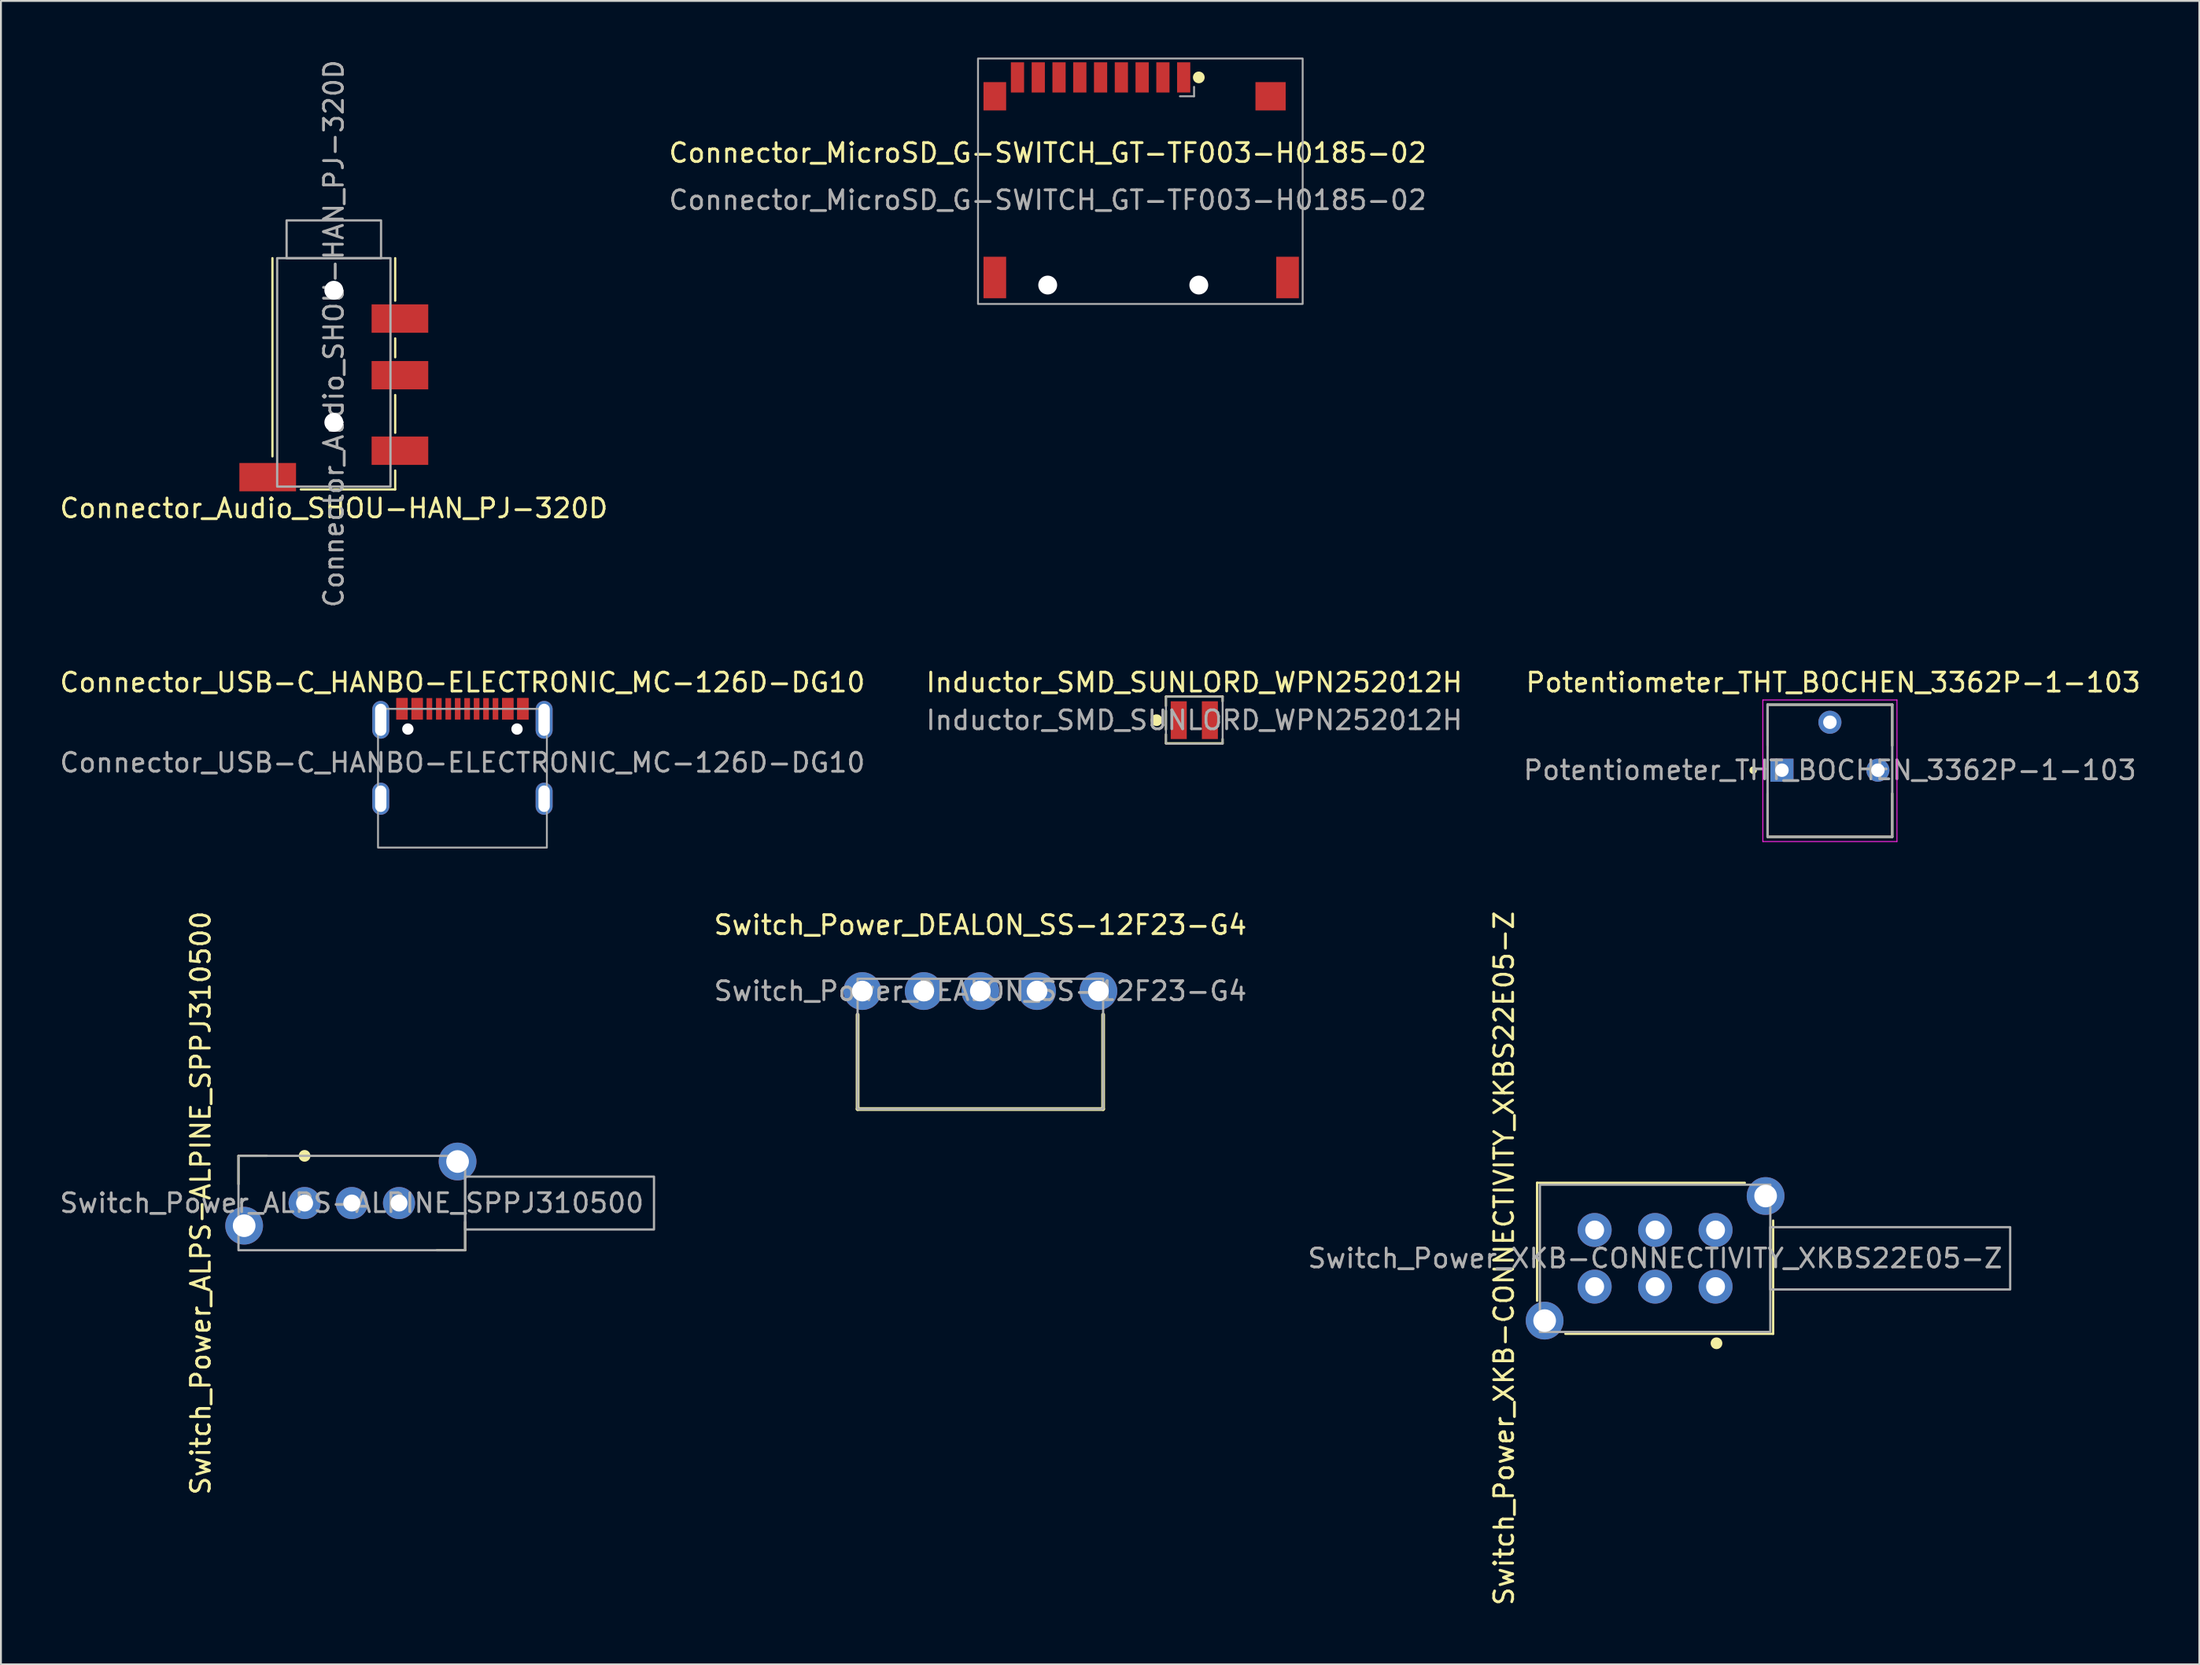
<source format=kicad_pcb>
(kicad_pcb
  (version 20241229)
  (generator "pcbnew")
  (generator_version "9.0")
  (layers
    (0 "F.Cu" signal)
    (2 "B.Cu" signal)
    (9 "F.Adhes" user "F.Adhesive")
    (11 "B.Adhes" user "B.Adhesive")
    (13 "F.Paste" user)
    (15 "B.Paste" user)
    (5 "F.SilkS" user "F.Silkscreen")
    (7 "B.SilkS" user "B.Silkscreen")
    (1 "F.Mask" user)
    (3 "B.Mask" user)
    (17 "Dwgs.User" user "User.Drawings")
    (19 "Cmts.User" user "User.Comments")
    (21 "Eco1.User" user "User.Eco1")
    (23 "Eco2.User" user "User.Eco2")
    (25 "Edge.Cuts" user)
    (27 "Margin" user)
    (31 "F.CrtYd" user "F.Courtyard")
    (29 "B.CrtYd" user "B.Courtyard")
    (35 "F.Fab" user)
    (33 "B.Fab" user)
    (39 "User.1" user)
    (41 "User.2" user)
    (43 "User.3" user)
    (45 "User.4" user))
  (footprint "Connector_Audio_SHOU-HAN_PJ-320D"
    (layer "F.Cu")
    (at 14.625 10.625)
    (property "Reference" "Connector_Audio_SHOU-HAN_PJ-320D" (at 0 13.25 0) (unlocked yes) (layer "F.SilkS") (effects (font (size 1 1) (thickness 0.15))))
    (attr smd)
    (fp_line (start -3.25 0) (end -3.25 10.5) (stroke (width 0.12) (type default)) (layer "F.SilkS"))
    (fp_line (start -1.75 12.25) (end 3.25 12.25) (stroke (width 0.12) (type default)) (layer "F.SilkS"))
    (fp_line (start 3.25 2.25) (end 3.25 0) (stroke (width 0.12) (type default)) (layer "F.SilkS"))
    (fp_line (start 3.25 4.25) (end 3.25 5.25) (stroke (width 0.12) (type default)) (layer "F.SilkS"))
    (fp_line (start 3.25 7.25) (end 3.25 9.25) (stroke (width 0.12) (type default)) (layer "F.SilkS"))
    (fp_line (start 3.25 12.25) (end 3.25 11.25) (stroke (width 0.12) (type default)) (layer "F.SilkS"))
    (fp_rect (start -3 0) (end 3 12.1) (stroke (width 0.12) (type default)) (fill no) (layer "F.Fab"))
    (fp_rect (start -2.5 -2) (end 2.5 0) (stroke (width 0.12) (type default)) (fill no) (layer "F.Fab"))
    (fp_text user "${REFERENCE}" (at 0 4 90) (layer "F.Fab") (effects (font (size 1 1) (thickness 0.15))))
    (pad "" np_thru_hole circle (at 0 1.7) (size 1 1) (drill 1) (layers "*.Cu" "*.Mask"))
    (pad "" np_thru_hole circle (at 0 8.7) (size 1 1) (drill 1) (layers "*.Cu" "*.Mask"))
    (pad "1" smd rect (at -3.5 11.6) (size 3 1.5) (layers "F.Cu" "F.Mask" "F.Paste"))
    (pad "2" smd rect (at 3.5 3.2) (size 3 1.5) (layers "F.Cu" "F.Mask" "F.Paste"))
    (pad "3" smd rect (at 3.5 6.2) (size 3 1.5) (layers "F.Cu" "F.Mask" "F.Paste"))
    (pad "4" smd rect (at 3.5 10.2) (size 3 1.5) (layers "F.Cu" "F.Mask" "F.Paste")))
  (footprint "Potentiometer_THT_BOCHEN_3362P-1-103"
    (layer "F.Cu")
    (at 93.839 37.748)
    (property "Reference" "Potentiometer_THT_BOCHEN_3362P-1-103" (at 0.175 -4.648 0) (layer "F.SilkS") (effects (font (size 1.003 1.003) (thickness 0.15))))
    (attr through_hole)
    (fp_line (start -3.3 -3.47) (end 3.3 -3.47) (stroke (width 0.127) (type solid)) (layer "F.SilkS"))
    (fp_line (start -3.3 -1.305) (end -3.3 -3.47) (stroke (width 0.127) (type solid)) (layer "F.SilkS"))
    (fp_line (start -3.3 3.52) (end -3.3 1.235) (stroke (width 0.127) (type solid)) (layer "F.SilkS"))
    (fp_line (start 3.3 -3.47) (end 3.3 -1.305) (stroke (width 0.127) (type solid)) (layer "F.SilkS"))
    (fp_line (start 3.3 1.235) (end 3.3 3.52) (stroke (width 0.127) (type solid)) (layer "F.SilkS"))
    (fp_line (start 3.3 3.53) (end -3.3 3.53) (stroke (width 0.127) (type solid)) (layer "F.SilkS"))
    (fp_circle (center -4.064 0) (end -3.964 0) (stroke (width 0.2) (type solid)) (fill no) (layer "F.SilkS"))
    (fp_line (start -3.55 -3.72) (end 3.55 -3.72) (stroke (width 0.05) (type solid)) (layer "F.CrtYd"))
    (fp_line (start -3.55 3.78) (end -3.55 -3.72) (stroke (width 0.05) (type solid)) (layer "F.CrtYd"))
    (fp_line (start 3.55 -3.72) (end 3.55 3.78) (stroke (width 0.05) (type solid)) (layer "F.CrtYd"))
    (fp_line (start 3.55 3.78) (end -3.55 3.78) (stroke (width 0.05) (type solid)) (layer "F.CrtYd"))
    (fp_line (start -3.3 -3.47) (end 3.3 -3.47) (stroke (width 0.127) (type solid)) (layer "F.Fab"))
    (fp_line (start -3.3 3.53) (end -3.3 -3.47) (stroke (width 0.127) (type solid)) (layer "F.Fab"))
    (fp_line (start 3.3 -3.47) (end 3.3 3.53) (stroke (width 0.127) (type solid)) (layer "F.Fab"))
    (fp_line (start 3.3 3.53) (end -3.3 3.53) (stroke (width 0.127) (type solid)) (layer "F.Fab"))
    (fp_text user "${REFERENCE}" (at 0 0 0) (layer "F.Fab") (effects (font (size 1 1) (thickness 0.15))))
    (pad "1" thru_hole rect (at -2.54 0) (size 1.222 1.222) (drill 0.714) (layers "*.Cu" "*.Mask"))
    (pad "2" thru_hole circle (at 0 -2.54) (size 1.222 1.222) (drill 0.714) (layers "*.Cu" "*.Mask"))
    (pad "3" thru_hole circle (at 2.54 0) (size 1.222 1.222) (drill 0.714) (layers "*.Cu" "*.Mask")))
  (footprint "Connector_MicroSD_G-SWITCH_GT-TF003-H0185-02"
    (layer "F.Cu")
    (at 52.423 12.05)
    (property "Reference" "Connector_MicroSD_G-SWITCH_GT-TF003-H0185-02" (at 0 -7 0) (unlocked yes) (layer "F.SilkS") (effects (font (size 1 1) (thickness 0.15))))
    (attr smd)
    (fp_circle (center 8 -11) (end 8.25 -11) (stroke (width 0.12) (type solid)) (fill yes) (layer "F.SilkS"))
    (fp_line (start 7.75 -10) (end 7 -10) (stroke (width 0.1) (type default)) (layer "F.Fab"))
    (fp_line (start 7.75 -10) (end 7.75 -10.5) (stroke (width 0.1) (type default)) (layer "F.Fab"))
    (fp_rect (start -3.69 -12) (end 13.5 1) (stroke (width 0.1) (type default)) (fill no) (layer "F.Fab"))
    (fp_text user "${REFERENCE}" (at 0 -4.5 0) (layer "F.Fab") (effects (font (size 1 1) (thickness 0.15))))
    (pad "" np_thru_hole circle (at 0 0) (size 1 1) (drill 1) (layers "*.Cu" "*.Mask"))
    (pad "" np_thru_hole circle (at 8 0) (size 1 1) (drill 1) (layers "*.Cu" "*.Mask"))
    (pad "1" smd rect (at 7.2 -11) (size 0.7 1.6) (layers "F.Cu" "F.Mask" "F.Paste"))
    (pad "2" smd rect (at 6.1 -11) (size 0.7 1.6) (layers "F.Cu" "F.Mask" "F.Paste"))
    (pad "3" smd rect (at 5 -11) (size 0.7 1.6) (layers "F.Cu" "F.Mask" "F.Paste"))
    (pad "4" smd rect (at 3.9 -11) (size 0.7 1.6) (layers "F.Cu" "F.Mask" "F.Paste"))
    (pad "5" smd rect (at 2.8 -11) (size 0.7 1.6) (layers "F.Cu" "F.Mask" "F.Paste"))
    (pad "6" smd rect (at 1.7 -11) (size 0.7 1.6) (layers "F.Cu" "F.Mask" "F.Paste"))
    (pad "7" smd rect (at 0.6 -11) (size 0.7 1.6) (layers "F.Cu" "F.Mask" "F.Paste"))
    (pad "8" smd rect (at -0.5 -11) (size 0.7 1.6) (layers "F.Cu" "F.Mask" "F.Paste"))
    (pad "9" smd rect (at -1.6 -11) (size 0.7 1.6) (layers "F.Cu" "F.Mask" "F.Paste"))
    (pad "10" smd rect (at -2.8 -10) (size 1.2 1.5) (layers "F.Cu" "F.Mask" "F.Paste"))
    (pad "10" smd rect (at -2.8 -0.4) (size 1.2 2.2) (layers "F.Cu" "F.Mask" "F.Paste"))
    (pad "10" smd rect (at 11.8 -10) (size 1.6 1.5) (layers "F.Cu" "F.Mask" "F.Paste"))
    (pad "10" smd rect (at 12.7 -0.4) (size 1.2 2.2) (layers "F.Cu" "F.Mask" "F.Paste")))
  (footprint "Switch_Power_DEALON_SS-12F23-G4"
    (layer "F.Cu")
    (at 48.858 49.447)
    (property "Reference" "Switch_Power_DEALON_SS-12F23-G4" (at 0 -3.5 0) (unlocked yes) (layer "F.SilkS") (effects (font (size 1 1) (thickness 0.15))))
    (attr through_hole)
    (fp_line (start -6.5 6.25) (end -6.5 1.25) (stroke (width 0.2) (type default)) (layer "F.SilkS"))
    (fp_line (start 6.5 6.25) (end -6.5 6.25) (stroke (width 0.2) (type default)) (layer "F.SilkS"))
    (fp_line (start 6.5 6.25) (end 6.5 1.25) (stroke (width 0.2) (type default)) (layer "F.SilkS"))
    (fp_rect (start -6.5 -0.65) (end 6.5 6.25) (stroke (width 0.12) (type default)) (fill no) (layer "F.Fab"))
    (fp_text user "${REFERENCE}" (at 0 0 0) (layer "F.Fab") (effects (font (size 1 1) (thickness 0.15))))
    (pad "" np_thru_hole circle (at -6.25 0) (size 2 2) (drill 1.1) (layers "*.Cu" "*.Mask"))
    (pad "" np_thru_hole circle (at 6.25 0) (size 2 2) (drill 1.1) (layers "*.Cu" "*.Mask"))
    (pad "1" thru_hole circle (at -3 0) (size 2 2) (drill 1.1) (layers "*.Cu" "*.Mask"))
    (pad "2" thru_hole circle (at 0 0) (size 2 2) (drill 1.1) (layers "*.Cu" "*.Mask"))
    (pad "3" thru_hole circle (at 3 0) (size 2 2) (drill 1.1) (layers "*.Cu" "*.Mask")))
  (footprint "Switch_Power_ALPS-ALPINE_SPPJ310500"
    (layer "F.Cu")
    (at 15.577 60.676)
    (property "Reference" "Switch_Power_ALPS-ALPINE_SPPJ310500" (at -8 0 90) (unlocked yes) (layer "F.SilkS") (effects (font (size 1 1) (thickness 0.15))))
    (attr through_hole)
    (fp_line (start -6 -2.5) (end -6 -1) (stroke (width 0.12) (type default)) (layer "F.SilkS"))
    (fp_line (start -6 -2.5) (end -4.5 -2.5) (stroke (width 0.12) (type default)) (layer "F.SilkS"))
    (fp_line (start 6 2.5) (end 4.5 2.5) (stroke (width 0.12) (type default)) (layer "F.SilkS"))
    (fp_line (start 6 2.5) (end 6 1) (stroke (width 0.12) (type default)) (layer "F.SilkS"))
    (fp_circle (center -2.5 -2.5) (end -2.25 -2.5) (stroke (width 0.12) (type solid)) (fill yes) (layer "F.SilkS"))
    (fp_rect (start -6 -2.5) (end 6 2.5) (stroke (width 0.12) (type default)) (fill no) (layer "F.Fab"))
    (fp_rect (start 6 -1.4) (end 16 1.4) (stroke (width 0.12) (type default)) (fill no) (layer "F.Fab"))
    (fp_text user "${REFERENCE}" (at 0 0 0) (layer "F.Fab") (effects (font (size 1 1) (thickness 0.15))))
    (pad "" np_thru_hole circle (at -5.7 1.2) (size 2 2) (drill 1.2) (layers "*.Cu" "*.Mask"))
    (pad "" np_thru_hole circle (at 5.6 -2.2) (size 2 2) (drill 1.2) (layers "*.Cu" "*.Mask"))
    (pad "1" thru_hole circle (at -2.5 0) (size 1.7 1.7) (drill 0.9) (layers "*.Cu" "*.Mask"))
    (pad "2" thru_hole circle (at 0 0) (size 1.7 1.7) (drill 0.9) (layers "*.Cu" "*.Mask"))
    (pad "3" thru_hole circle (at 2.5 0) (size 1.7 1.7) (drill 0.9) (layers "*.Cu" "*.Mask")))
  (footprint "Inductor_SMD_SUNLORD_WPN252012H"
    (layer "F.Cu")
    (at 60.185 35.098)
    (property "Reference" "Inductor_SMD_SUNLORD_WPN252012H" (at 0 -2 0) (unlocked yes) (layer "F.SilkS") (effects (font (size 1 1) (thickness 0.15))))
    (attr smd)
    (fp_line (start -1.5 -1.25) (end -1.5 -0.75) (stroke (width 0.12) (type default)) (layer "F.SilkS"))
    (fp_line (start -1.5 -1.25) (end 1.5 -1.25) (stroke (width 0.12) (type default)) (layer "F.SilkS"))
    (fp_line (start -1.5 -0.5) (end -1.5 0.5) (stroke (width 0.12) (type default)) (layer "F.SilkS"))
    (fp_line (start -1.5 0.75) (end -1.5 1.225) (stroke (width 0.12) (type default)) (layer "F.SilkS"))
    (fp_line (start 1.5 -1.25) (end 1.5 -1) (stroke (width 0.12) (type default)) (layer "F.SilkS"))
    (fp_line (start 1.5 1.225) (end -1.5 1.225) (stroke (width 0.12) (type default)) (layer "F.SilkS"))
    (fp_line (start 1.5 1.225) (end 1.5 1) (stroke (width 0.12) (type default)) (layer "F.SilkS"))
    (fp_circle (center -2 0) (end -1.75 0) (stroke (width 0.12) (type solid)) (fill yes) (layer "F.SilkS"))
    (fp_rect (start -1.5 -1.25) (end 1.5 1.25) (stroke (width 0.1) (type default)) (fill no) (layer "F.Fab"))
    (fp_text user "${REFERENCE}" (at 0 0 0) (unlocked yes) (layer "F.Fab") (effects (font (size 1 1) (thickness 0.15))))
    (pad "1" smd rect (at -0.825 0) (size 0.85 2) (layers "F.Cu" "F.Mask" "F.Paste"))
    (pad "2" smd rect (at 0.825 0) (size 0.85 2) (layers "F.Cu" "F.Mask" "F.Paste")))
  (footprint "Connector_USB-C_HANBO-ELECTRONIC_MC-126D-DG10"
    (layer "F.Cu")
    (at 21.435 41.848)
    (property "Reference" "Connector_USB-C_HANBO-ELECTRONIC_MC-126D-DG10" (at 0 -8.75 0) (unlocked yes) (layer "F.SilkS") (effects (font (size 1 1) (thickness 0.15))))
    (attr smd)
    (fp_rect (start -4.47 -7.35) (end 4.47 0) (stroke (width 0.1) (type default)) (fill no) (layer "F.Fab"))
    (fp_text user "${REFERENCE}" (at 0 -4.5 0) (layer "F.Fab") (effects (font (size 1 1) (thickness 0.15))))
    (pad "" np_thru_hole circle (at -2.89 -6.28) (size 0.6 0.6) (drill 0.6) (layers "*.Cu" "*.Mask"))
    (pad "" np_thru_hole circle (at 2.89 -6.28) (size 0.6 0.6) (drill 0.6) (layers "*.Cu" "*.Mask"))
    (pad "A1" smd rect (at -3.2 -7.35) (size 0.6 1.14) (layers "F.Cu" "F.Mask" "F.Paste"))
    (pad "A4" smd rect (at -2.4 -7.35) (size 0.6 1.14) (layers "F.Cu" "F.Mask" "F.Paste"))
    (pad "A5" smd rect (at -1.25 -7.35) (size 0.3 1.14) (layers "F.Cu" "F.Mask" "F.Paste"))
    (pad "A6" smd rect (at -0.25 -7.35) (size 0.3 1.14) (layers "F.Cu" "F.Mask" "F.Paste"))
    (pad "A7" smd rect (at 0.25 -7.35) (size 0.3 1.14) (layers "F.Cu" "F.Mask" "F.Paste"))
    (pad "A8" smd rect (at 1.25 -7.35) (size 0.3 1.14) (layers "F.Cu" "F.Mask" "F.Paste"))
    (pad "A9" smd rect (at 2.4 -7.35) (size 0.6 1.14) (layers "F.Cu" "F.Mask" "F.Paste"))
    (pad "A12" smd rect (at 3.2 -7.35) (size 0.6 1.14) (layers "F.Cu" "F.Mask" "F.Paste"))
    (pad "B1" smd rect (at 3.2 -7.35) (size 0.6 1.14) (layers "F.Cu" "F.Mask" "F.Paste"))
    (pad "B4" smd rect (at 2.4 -7.35) (size 0.6 1.14) (layers "F.Cu" "F.Mask" "F.Paste"))
    (pad "B5" smd rect (at 1.75 -7.35) (size 0.3 1.14) (layers "F.Cu" "F.Mask" "F.Paste"))
    (pad "B6" smd rect (at 0.75 -7.35) (size 0.3 1.14) (layers "F.Cu" "F.Mask" "F.Paste"))
    (pad "B7" smd rect (at -0.75 -7.35) (size 0.3 1.14) (layers "F.Cu" "F.Mask" "F.Paste"))
    (pad "B8" smd rect (at -1.75 -7.35) (size 0.3 1.14) (layers "F.Cu" "F.Mask" "F.Paste"))
    (pad "B9" smd rect (at -2.4 -7.35) (size 0.6 1.14) (layers "F.Cu" "F.Mask" "F.Paste"))
    (pad "B12" smd rect (at -3.2 -7.35) (size 0.6 1.14) (layers "F.Cu" "F.Mask" "F.Paste"))
    (pad "S1" thru_hole oval (at -4.325 -6.77) (size 0.9 2) (drill oval 0.6 1.7) (layers "*.Cu" "*.Mask"))
    (pad "S1" thru_hole oval (at -4.325 -2.59) (size 0.9 1.7) (drill oval 0.6 1.4) (layers "*.Cu" "*.Mask"))
    (pad "S1" thru_hole oval (at 4.325 -6.77) (size 0.9 2) (drill oval 0.6 1.7) (layers "*.Cu" "*.Mask"))
    (pad "S1" thru_hole oval (at 4.325 -2.59) (size 0.9 1.7) (drill oval 0.6 1.4) (layers "*.Cu" "*.Mask")))
  (footprint "Switch_Power_XKB-CONNECTIVITY_XKBS22E05-Z"
    (layer "F.Cu")
    (at 84.584 63.604)
    (property "Reference" "Switch_Power_XKB-CONNECTIVITY_XKBS22E05-Z" (at -8 0 90) (unlocked yes) (layer "F.SilkS") (effects (font (size 1 1) (thickness 0.15))))
    (attr through_hole)
    (fp_line (start -6.25 -4) (end -6.25 2.25) (stroke (width 0.12) (type default)) (layer "F.SilkS"))
    (fp_line (start -6.25 -4) (end 4.75 -4) (stroke (width 0.12) (type default)) (layer "F.SilkS"))
    (fp_line (start 6.25 4) (end -4.75 4) (stroke (width 0.12) (type default)) (layer "F.SilkS"))
    (fp_line (start 6.25 4) (end 6.25 -2) (stroke (width 0.12) (type default)) (layer "F.SilkS"))
    (fp_circle (center 3.25 4.5) (end 3.5 4.5) (stroke (width 0.12) (type solid)) (fill yes) (layer "F.SilkS"))
    (fp_rect (start -6.1 -3.9) (end 6.1 3.9) (stroke (width 0.12) (type default)) (fill no) (layer "F.Fab"))
    (fp_rect (start 6.1 -1.65) (end 18.8 1.65) (stroke (width 0.12) (type default)) (fill no) (layer "F.Fab"))
    (fp_text user "${REFERENCE}" (at 0 0 0) (layer "F.Fab") (effects (font (size 1 1) (thickness 0.15))))
    (pad "" np_thru_hole circle (at -5.85 3.3) (size 2 2) (drill 1.2) (layers "*.Cu" "*.Mask"))
    (pad "" np_thru_hole circle (at 5.85 -3.3) (size 2 2) (drill 1.2) (layers "*.Cu" "*.Mask"))
    (pad "1" thru_hole circle (at 3.2 1.5) (size 1.8 1.8) (drill 1) (layers "*.Cu" "*.Mask"))
    (pad "2" thru_hole circle (at 0 1.5) (size 1.8 1.8) (drill 1) (layers "*.Cu" "*.Mask"))
    (pad "3" thru_hole circle (at -3.2 1.5) (size 1.8 1.8) (drill 1) (layers "*.Cu" "*.Mask"))
    (pad "4" thru_hole circle (at 3.2 -1.5) (size 1.8 1.8) (drill 1) (layers "*.Cu" "*.Mask"))
    (pad "5" thru_hole circle (at 0 -1.5) (size 1.8 1.8) (drill 1) (layers "*.Cu" "*.Mask"))
    (pad "6" thru_hole circle (at -3.2 -1.5) (size 1.8 1.8) (drill 1) (layers "*.Cu" "*.Mask")))
  (gr_rect
    (start -3 -3)
    (end 113.398 85.11)
    (stroke (width 0.1) (type default))
    (fill no)
    (layer "Edge.Cuts")))
</source>
